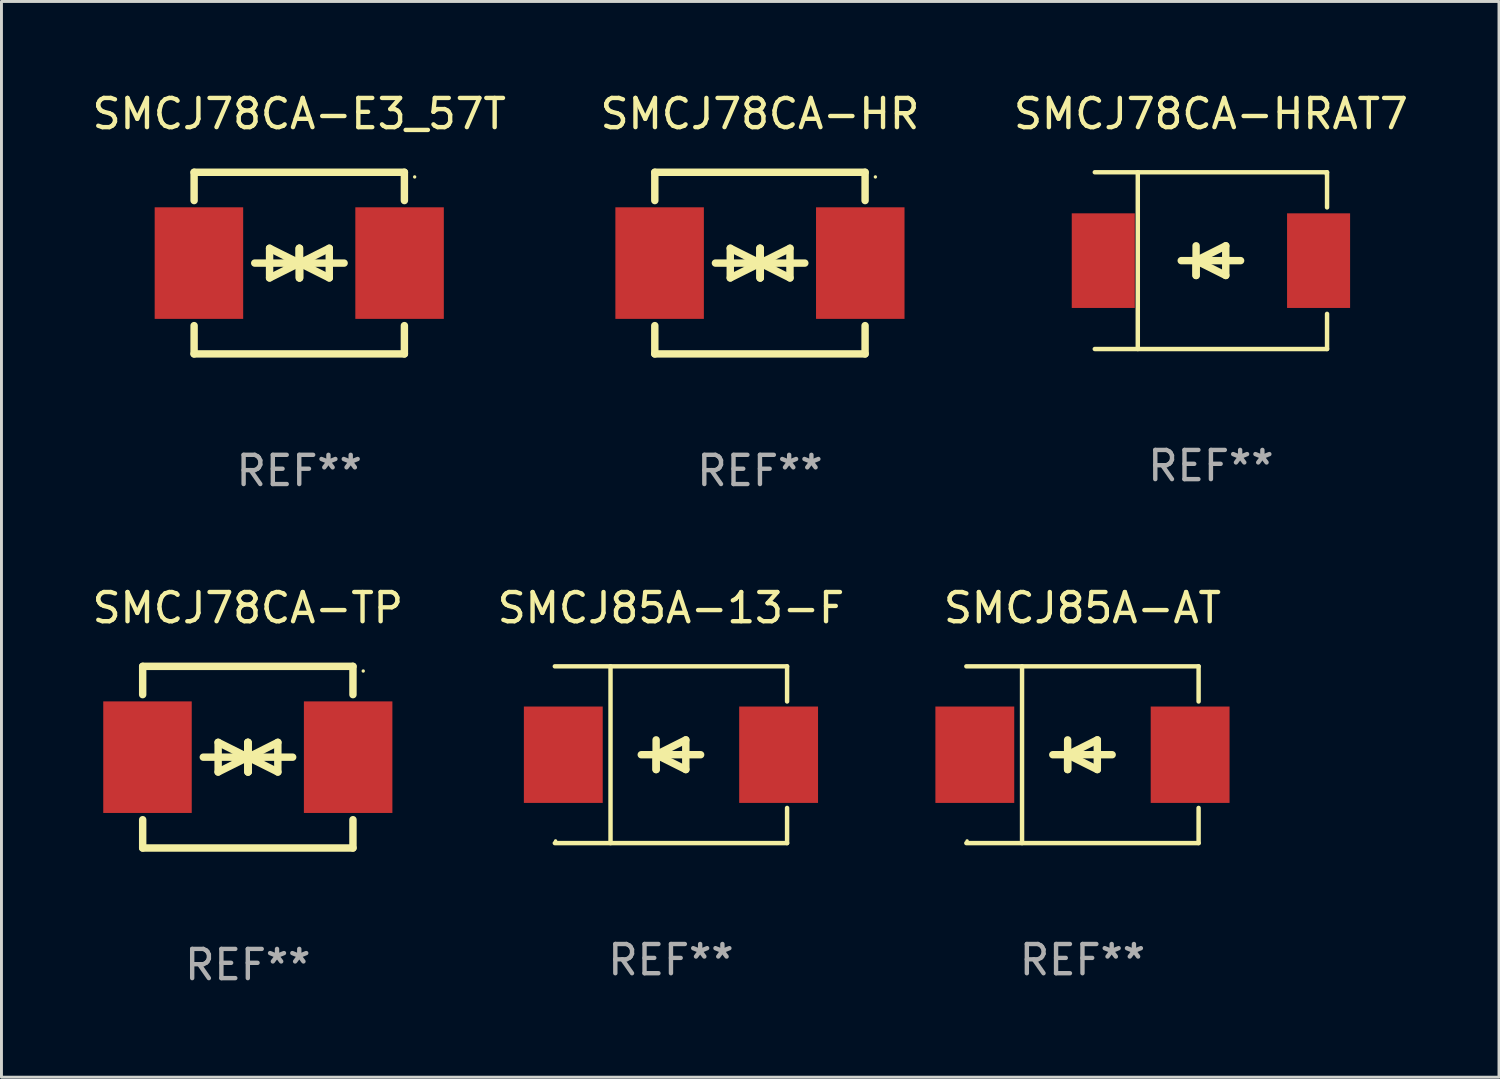
<source format=kicad_pcb>
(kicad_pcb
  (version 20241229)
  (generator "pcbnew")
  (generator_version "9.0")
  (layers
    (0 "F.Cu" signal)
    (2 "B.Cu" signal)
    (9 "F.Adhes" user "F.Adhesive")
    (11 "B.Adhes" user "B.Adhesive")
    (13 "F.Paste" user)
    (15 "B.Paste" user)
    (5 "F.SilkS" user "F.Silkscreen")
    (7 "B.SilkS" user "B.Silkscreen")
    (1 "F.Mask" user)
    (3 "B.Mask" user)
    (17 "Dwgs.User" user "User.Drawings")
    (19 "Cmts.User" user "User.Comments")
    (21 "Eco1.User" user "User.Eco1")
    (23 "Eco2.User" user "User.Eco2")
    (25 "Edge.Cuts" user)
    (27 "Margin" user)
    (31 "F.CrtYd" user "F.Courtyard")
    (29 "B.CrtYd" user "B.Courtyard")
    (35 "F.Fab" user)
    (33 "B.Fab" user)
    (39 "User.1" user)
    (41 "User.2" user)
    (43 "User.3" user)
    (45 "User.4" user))
  (footprint "SMCJ85A-AT"
    (layer "F.Cu")
    (at 34.013 22.791)
    (property "Reference" "SMCJ85A-AT" (at 0 -5.026 0) (layer "F.SilkS") (effects (font (size 1 1) (thickness 0.15))))
    (attr through_hole)
    (fp_line (start -3.976 -3.026) (end 3.976 -3.026) (stroke (width 0.152) (type solid)) (layer "F.SilkS"))
    (fp_line (start -3.976 3.026) (end 3.976 3.026) (stroke (width 0.152) (type solid)) (layer "F.SilkS"))
    (fp_line (start -2.069 -3.026) (end -2.069 3.026) (stroke (width 0.152) (type solid)) (layer "F.SilkS"))
    (fp_line (start -0.508 0) (end -0.508 0.508) (stroke (width 0.254) (type solid)) (layer "F.SilkS"))
    (fp_line (start -0.508 0) (end 0.508 0.508) (stroke (width 0.254) (type solid)) (layer "F.SilkS"))
    (fp_line (start -0.508 0.508) (end -0.508 -0.508) (stroke (width 0.254) (type solid)) (layer "F.SilkS"))
    (fp_line (start 0.508 -0.508) (end -0.508 0) (stroke (width 0.254) (type solid)) (layer "F.SilkS"))
    (fp_line (start 0.508 0.508) (end 0.508 -0.508) (stroke (width 0.254) (type solid)) (layer "F.SilkS"))
    (fp_line (start 1.016 0) (end -1.016 0) (stroke (width 0.254) (type solid)) (layer "F.SilkS"))
    (fp_line (start 3.976 -3.026) (end 3.976 -1.823) (stroke (width 0.152) (type solid)) (layer "F.SilkS"))
    (fp_line (start 3.976 3.026) (end 3.976 1.823) (stroke (width 0.152) (type solid)) (layer "F.SilkS"))
    (fp_circle (center -3.95 2.95) (end -3.92 2.95) (stroke (width 0.06) (type solid)) (fill no) (layer "F.SilkS"))
    (fp_text user "REF**" (at 0 7.026 0) (layer "F.Fab") (effects (font (size 1 1) (thickness 0.15))))
    (pad "1" smd rect (at -3.686 0) (size 2.7 3.3) (layers "F.Cu" "F.Mask" "F.Paste"))
    (pad "2" smd rect (at 3.686 0) (size 2.7 3.3) (layers "F.Cu" "F.Mask" "F.Paste")))
  (footprint "SMCJ78CA-HR"
    (layer "F.Cu")
    (at 22.97 5.958)
    (property "Reference" "SMCJ78CA-HR" (at 0 -5.11 0) (layer "F.SilkS") (effects (font (size 1 1) (thickness 0.15))))
    (attr through_hole)
    (fp_line (start -3.6 -2.141) (end -3.6 -3.11) (stroke (width 0.254) (type solid)) (layer "F.SilkS"))
    (fp_line (start -3.6 3.11) (end -3.6 2.141) (stroke (width 0.254) (type solid)) (layer "F.SilkS"))
    (fp_line (start -1.524 0) (end 0.508 0) (stroke (width 0.254) (type solid)) (layer "F.SilkS"))
    (fp_line (start -1.016 -0.508) (end -1.016 0.508) (stroke (width 0.254) (type solid)) (layer "F.SilkS"))
    (fp_line (start -1.016 0.508) (end 0 0) (stroke (width 0.254) (type solid)) (layer "F.SilkS"))
    (fp_line (start 0 -0.508) (end 0 0.508) (stroke (width 0.254) (type solid)) (layer "F.SilkS"))
    (fp_line (start 0 0) (end -1.016 -0.508) (stroke (width 0.254) (type solid)) (layer "F.SilkS"))
    (fp_line (start 0 0) (end 0 -0.508) (stroke (width 0.254) (type solid)) (layer "F.SilkS"))
    (fp_line (start 0.012 0) (end 0.012 0.508) (stroke (width 0.254) (type solid)) (layer "F.SilkS"))
    (fp_line (start 0.012 0) (end 1.028 0.508) (stroke (width 0.254) (type solid)) (layer "F.SilkS"))
    (fp_line (start 0.012 0.508) (end 0.012 -0.508) (stroke (width 0.254) (type solid)) (layer "F.SilkS"))
    (fp_line (start 1.028 -0.508) (end 0.012 0) (stroke (width 0.254) (type solid)) (layer "F.SilkS"))
    (fp_line (start 1.028 0.508) (end 1.028 -0.508) (stroke (width 0.254) (type solid)) (layer "F.SilkS"))
    (fp_line (start 1.536 0) (end -0.496 0) (stroke (width 0.254) (type solid)) (layer "F.SilkS"))
    (fp_line (start 3.6 -3.11) (end -3.6 -3.11) (stroke (width 0.254) (type solid)) (layer "F.SilkS"))
    (fp_line (start 3.6 -2.141) (end 3.6 -3.11) (stroke (width 0.254) (type solid)) (layer "F.SilkS"))
    (fp_line (start 3.6 3.11) (end -3.6 3.11) (stroke (width 0.254) (type solid)) (layer "F.SilkS"))
    (fp_line (start 3.6 3.11) (end 3.6 2.141) (stroke (width 0.254) (type solid)) (layer "F.SilkS"))
    (fp_circle (center 3.952 -2.95) (end 3.982 -2.95) (stroke (width 0.06) (type solid)) (fill no) (layer "F.SilkS"))
    (fp_text user "REF**" (at 0 7.11 0) (layer "F.Fab") (effects (font (size 1 1) (thickness 0.15))))
    (pad "1" smd rect (at 3.435 0) (size 3.03 3.82) (layers "F.Cu" "F.Mask" "F.Paste"))
    (pad "2" smd rect (at -3.435 0) (size 3.03 3.82) (layers "F.Cu" "F.Mask" "F.Paste")))
  (footprint "SMCJ78CA-HRAT7"
    (layer "F.Cu")
    (at 38.411 5.874)
    (property "Reference" "SMCJ78CA-HRAT7" (at 0 -5.026 0) (layer "F.SilkS") (effects (font (size 1 1) (thickness 0.15))))
    (attr through_hole)
    (fp_line (start -3.976 -3.026) (end 3.976 -3.026) (stroke (width 0.152) (type solid)) (layer "F.SilkS"))
    (fp_line (start -3.976 3.026) (end 3.976 3.026) (stroke (width 0.152) (type solid)) (layer "F.SilkS"))
    (fp_line (start -2.504 -3.026) (end -2.504 3.026) (stroke (width 0.152) (type solid)) (layer "F.SilkS"))
    (fp_line (start -0.508 0) (end -0.508 0.508) (stroke (width 0.254) (type solid)) (layer "F.SilkS"))
    (fp_line (start -0.508 0) (end 0.508 0.508) (stroke (width 0.254) (type solid)) (layer "F.SilkS"))
    (fp_line (start -0.508 0.508) (end -0.508 -0.508) (stroke (width 0.254) (type solid)) (layer "F.SilkS"))
    (fp_line (start 0.508 -0.508) (end -0.508 0) (stroke (width 0.254) (type solid)) (layer "F.SilkS"))
    (fp_line (start 0.508 0.508) (end 0.508 -0.508) (stroke (width 0.254) (type solid)) (layer "F.SilkS"))
    (fp_line (start 1.016 0) (end -1.016 0) (stroke (width 0.254) (type solid)) (layer "F.SilkS"))
    (fp_line (start 3.976 -3.026) (end 3.976 -1.823) (stroke (width 0.152) (type solid)) (layer "F.SilkS"))
    (fp_line (start 3.976 3.026) (end 3.976 1.823) (stroke (width 0.152) (type solid)) (layer "F.SilkS"))
    (fp_circle (center 3.95 -2.95) (end 3.98 -2.95) (stroke (width 0.06) (type solid)) (fill no) (layer "F.SilkS"))
    (fp_text user "REF**" (at 0 7.026 0) (layer "F.Fab") (effects (font (size 1 1) (thickness 0.15))))
    (pad "1" smd rect (at 3.686 0 180) (size 2.158 3.24) (layers "F.Cu" "F.Mask" "F.Paste"))
    (pad "2" smd rect (at -3.686 0 180) (size 2.158 3.24) (layers "F.Cu" "F.Mask" "F.Paste")))
  (footprint "SMCJ78CA-E3_57T"
    (layer "F.Cu")
    (at 7.196 5.958)
    (property "Reference" "SMCJ78CA-E3_57T" (at 0 -5.11 0) (layer "F.SilkS") (effects (font (size 1 1) (thickness 0.15))))
    (attr through_hole)
    (fp_line (start -3.6 -2.141) (end -3.6 -3.11) (stroke (width 0.254) (type solid)) (layer "F.SilkS"))
    (fp_line (start -3.6 3.11) (end -3.6 2.141) (stroke (width 0.254) (type solid)) (layer "F.SilkS"))
    (fp_line (start -1.524 0) (end 0.508 0) (stroke (width 0.254) (type solid)) (layer "F.SilkS"))
    (fp_line (start -1.016 -0.508) (end -1.016 0.508) (stroke (width 0.254) (type solid)) (layer "F.SilkS"))
    (fp_line (start -1.016 0.508) (end 0 0) (stroke (width 0.254) (type solid)) (layer "F.SilkS"))
    (fp_line (start 0 -0.508) (end 0 0.508) (stroke (width 0.254) (type solid)) (layer "F.SilkS"))
    (fp_line (start 0 0) (end -1.016 -0.508) (stroke (width 0.254) (type solid)) (layer "F.SilkS"))
    (fp_line (start 0 0) (end 0 -0.508) (stroke (width 0.254) (type solid)) (layer "F.SilkS"))
    (fp_line (start 0.012 0) (end 0.012 0.508) (stroke (width 0.254) (type solid)) (layer "F.SilkS"))
    (fp_line (start 0.012 0) (end 1.028 0.508) (stroke (width 0.254) (type solid)) (layer "F.SilkS"))
    (fp_line (start 0.012 0.508) (end 0.012 -0.508) (stroke (width 0.254) (type solid)) (layer "F.SilkS"))
    (fp_line (start 1.028 -0.508) (end 0.012 0) (stroke (width 0.254) (type solid)) (layer "F.SilkS"))
    (fp_line (start 1.028 0.508) (end 1.028 -0.508) (stroke (width 0.254) (type solid)) (layer "F.SilkS"))
    (fp_line (start 1.536 0) (end -0.496 0) (stroke (width 0.254) (type solid)) (layer "F.SilkS"))
    (fp_line (start 3.6 -3.11) (end -3.6 -3.11) (stroke (width 0.254) (type solid)) (layer "F.SilkS"))
    (fp_line (start 3.6 -2.141) (end 3.6 -3.11) (stroke (width 0.254) (type solid)) (layer "F.SilkS"))
    (fp_line (start 3.6 3.11) (end -3.6 3.11) (stroke (width 0.254) (type solid)) (layer "F.SilkS"))
    (fp_line (start 3.6 3.11) (end 3.6 2.141) (stroke (width 0.254) (type solid)) (layer "F.SilkS"))
    (fp_circle (center 3.952 -2.95) (end 3.982 -2.95) (stroke (width 0.06) (type solid)) (fill no) (layer "F.SilkS"))
    (fp_text user "REF**" (at 0 7.11 0) (layer "F.Fab") (effects (font (size 1 1) (thickness 0.15))))
    (pad "1" smd rect (at 3.435 0) (size 3.03 3.82) (layers "F.Cu" "F.Mask" "F.Paste"))
    (pad "2" smd rect (at -3.435 0) (size 3.03 3.82) (layers "F.Cu" "F.Mask" "F.Paste")))
  (footprint "SMCJ78CA-TP"
    (layer "F.Cu")
    (at 5.435 22.875)
    (property "Reference" "SMCJ78CA-TP" (at 0 -5.11 0) (layer "F.SilkS") (effects (font (size 1 1) (thickness 0.15))))
    (attr through_hole)
    (fp_line (start -3.6 -2.141) (end -3.6 -3.11) (stroke (width 0.254) (type solid)) (layer "F.SilkS"))
    (fp_line (start -3.6 3.11) (end -3.6 2.141) (stroke (width 0.254) (type solid)) (layer "F.SilkS"))
    (fp_line (start -1.524 0) (end 0.508 0) (stroke (width 0.254) (type solid)) (layer "F.SilkS"))
    (fp_line (start -1.016 -0.508) (end -1.016 0.508) (stroke (width 0.254) (type solid)) (layer "F.SilkS"))
    (fp_line (start -1.016 0.508) (end 0 0) (stroke (width 0.254) (type solid)) (layer "F.SilkS"))
    (fp_line (start 0 -0.508) (end 0 0.508) (stroke (width 0.254) (type solid)) (layer "F.SilkS"))
    (fp_line (start 0 0) (end -1.016 -0.508) (stroke (width 0.254) (type solid)) (layer "F.SilkS"))
    (fp_line (start 0 0) (end 0 -0.508) (stroke (width 0.254) (type solid)) (layer "F.SilkS"))
    (fp_line (start 0.012 0) (end 0.012 0.508) (stroke (width 0.254) (type solid)) (layer "F.SilkS"))
    (fp_line (start 0.012 0) (end 1.028 0.508) (stroke (width 0.254) (type solid)) (layer "F.SilkS"))
    (fp_line (start 0.012 0.508) (end 0.012 -0.508) (stroke (width 0.254) (type solid)) (layer "F.SilkS"))
    (fp_line (start 1.028 -0.508) (end 0.012 0) (stroke (width 0.254) (type solid)) (layer "F.SilkS"))
    (fp_line (start 1.028 0.508) (end 1.028 -0.508) (stroke (width 0.254) (type solid)) (layer "F.SilkS"))
    (fp_line (start 1.536 0) (end -0.496 0) (stroke (width 0.254) (type solid)) (layer "F.SilkS"))
    (fp_line (start 3.6 -3.11) (end -3.6 -3.11) (stroke (width 0.254) (type solid)) (layer "F.SilkS"))
    (fp_line (start 3.6 -2.141) (end 3.6 -3.11) (stroke (width 0.254) (type solid)) (layer "F.SilkS"))
    (fp_line (start 3.6 3.11) (end -3.6 3.11) (stroke (width 0.254) (type solid)) (layer "F.SilkS"))
    (fp_line (start 3.6 3.11) (end 3.6 2.141) (stroke (width 0.254) (type solid)) (layer "F.SilkS"))
    (fp_circle (center 3.952 -2.95) (end 3.982 -2.95) (stroke (width 0.06) (type solid)) (fill no) (layer "F.SilkS"))
    (fp_text user "REF**" (at 0 7.11 0) (layer "F.Fab") (effects (font (size 1 1) (thickness 0.15))))
    (pad "1" smd rect (at 3.435 0) (size 3.03 3.82) (layers "F.Cu" "F.Mask" "F.Paste"))
    (pad "2" smd rect (at -3.435 0) (size 3.03 3.82) (layers "F.Cu" "F.Mask" "F.Paste")))
  (footprint "SMCJ85A-13-F"
    (layer "F.Cu")
    (at 19.923 22.791)
    (property "Reference" "SMCJ85A-13-F" (at 0 -5.026 0) (layer "F.SilkS") (effects (font (size 1 1) (thickness 0.15))))
    (attr through_hole)
    (fp_line (start -3.976 -3.026) (end 3.976 -3.026) (stroke (width 0.152) (type solid)) (layer "F.SilkS"))
    (fp_line (start -3.976 3.026) (end 3.976 3.026) (stroke (width 0.152) (type solid)) (layer "F.SilkS"))
    (fp_line (start -2.069 -3.026) (end -2.069 3.026) (stroke (width 0.152) (type solid)) (layer "F.SilkS"))
    (fp_line (start -0.508 0) (end -0.508 0.508) (stroke (width 0.254) (type solid)) (layer "F.SilkS"))
    (fp_line (start -0.508 0) (end 0.508 0.508) (stroke (width 0.254) (type solid)) (layer "F.SilkS"))
    (fp_line (start -0.508 0.508) (end -0.508 -0.508) (stroke (width 0.254) (type solid)) (layer "F.SilkS"))
    (fp_line (start 0.508 -0.508) (end -0.508 0) (stroke (width 0.254) (type solid)) (layer "F.SilkS"))
    (fp_line (start 0.508 0.508) (end 0.508 -0.508) (stroke (width 0.254) (type solid)) (layer "F.SilkS"))
    (fp_line (start 1.016 0) (end -1.016 0) (stroke (width 0.254) (type solid)) (layer "F.SilkS"))
    (fp_line (start 3.976 -3.026) (end 3.976 -1.823) (stroke (width 0.152) (type solid)) (layer "F.SilkS"))
    (fp_line (start 3.976 3.026) (end 3.976 1.823) (stroke (width 0.152) (type solid)) (layer "F.SilkS"))
    (fp_circle (center -3.95 2.95) (end -3.92 2.95) (stroke (width 0.06) (type solid)) (fill no) (layer "F.SilkS"))
    (fp_text user "REF**" (at 0 7.026 0) (layer "F.Fab") (effects (font (size 1 1) (thickness 0.15))))
    (pad "1" smd rect (at -3.686 0) (size 2.7 3.3) (layers "F.Cu" "F.Mask" "F.Paste"))
    (pad "2" smd rect (at 3.686 0) (size 2.7 3.3) (layers "F.Cu" "F.Mask" "F.Paste")))
  (gr_rect
    (start -3 -3)
    (end 48.274 33.833)
    (stroke (width 0.1) (type default))
    (fill no)
    (layer "Edge.Cuts")))
</source>
